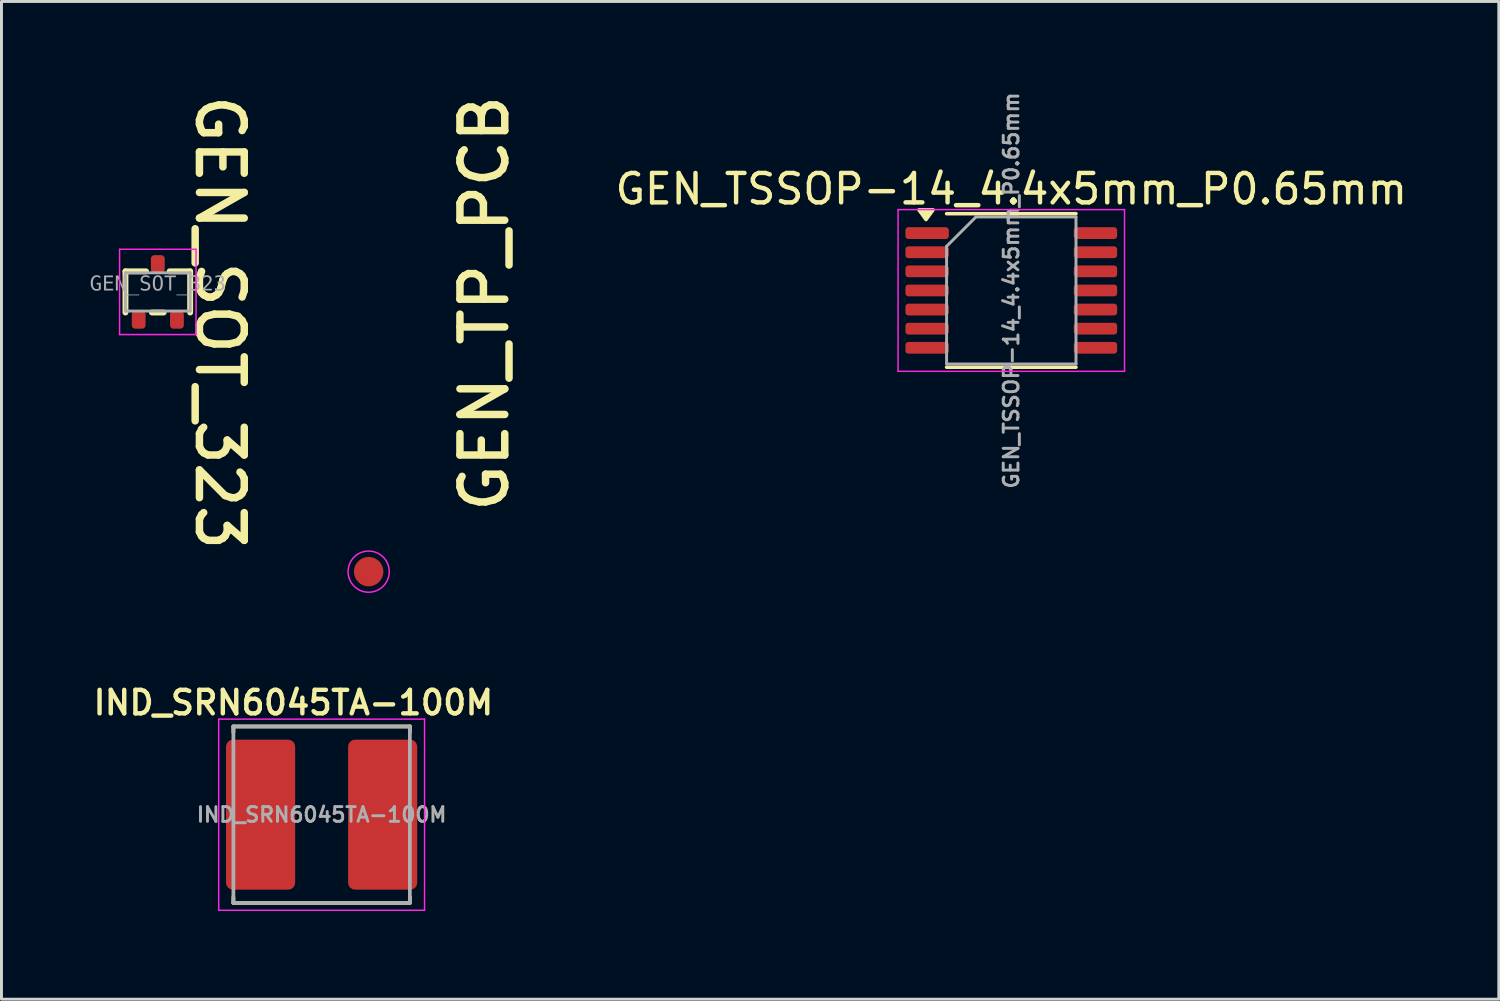
<source format=kicad_pcb>
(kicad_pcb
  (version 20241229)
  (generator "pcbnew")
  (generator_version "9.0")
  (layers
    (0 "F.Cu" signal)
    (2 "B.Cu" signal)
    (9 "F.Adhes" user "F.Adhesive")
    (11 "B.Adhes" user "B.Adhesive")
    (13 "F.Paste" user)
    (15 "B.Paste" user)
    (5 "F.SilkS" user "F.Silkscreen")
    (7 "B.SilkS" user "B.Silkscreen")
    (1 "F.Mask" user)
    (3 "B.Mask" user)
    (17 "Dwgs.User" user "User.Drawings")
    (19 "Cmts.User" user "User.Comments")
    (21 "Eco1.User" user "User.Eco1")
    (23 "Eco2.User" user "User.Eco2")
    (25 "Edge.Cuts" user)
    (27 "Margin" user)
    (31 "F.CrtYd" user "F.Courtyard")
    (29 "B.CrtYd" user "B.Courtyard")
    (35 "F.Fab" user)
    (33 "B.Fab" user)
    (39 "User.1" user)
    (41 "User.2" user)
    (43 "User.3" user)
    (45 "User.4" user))
  (footprint "GEN_SOT_323"
    (layer "F.Cu")
    (at 2.316 6.876)
    (property "Reference" "GEN_SOT_323" (at 2.107 1.045 270) (unlocked yes) (layer "F.SilkS") (effects (font (size 1.524 1.524) (thickness 0.254))))
    (fp_line (start -1.1 -0.7) (end -0.4 -0.7) (stroke (width 0.2) (type solid)) (layer "F.SilkS"))
    (fp_line (start -1.1 0.7) (end -1.1 -0.7) (stroke (width 0.2) (type solid)) (layer "F.SilkS"))
    (fp_line (start -0.2 0.7) (end 0.2 0.7) (stroke (width 0.2) (type solid)) (layer "F.SilkS"))
    (fp_line (start 0.4 -0.7) (end 1.1 -0.7) (stroke (width 0.2) (type solid)) (layer "F.SilkS"))
    (fp_line (start 1.1 0.7) (end 1.1 -0.7) (stroke (width 0.2) (type solid)) (layer "F.SilkS"))
    (fp_line (start -1.3 -1.45) (end 1.3 -1.45) (stroke (width 0.05) (type solid)) (layer "F.CrtYd"))
    (fp_line (start -1.3 1.45) (end -1.3 -1.45) (stroke (width 0.05) (type solid)) (layer "F.CrtYd"))
    (fp_line (start -1.3 1.45) (end 1.3 1.45) (stroke (width 0.05) (type solid)) (layer "F.CrtYd"))
    (fp_line (start 1.3 1.45) (end 1.3 -1.45) (stroke (width 0.05) (type solid)) (layer "F.CrtYd"))
    (fp_line (start -1.1 -0.65) (end 1.1 -0.65) (stroke (width 0.1) (type solid)) (layer "F.Fab"))
    (fp_line (start -1.1 0.65) (end -1.1 -0.65) (stroke (width 0.1) (type solid)) (layer "F.Fab"))
    (fp_line (start -1.1 0.65) (end 1.1 0.65) (stroke (width 0.1) (type solid)) (layer "F.Fab"))
    (fp_line (start 1.1 0.65) (end 1.1 -0.65) (stroke (width 0.1) (type solid)) (layer "F.Fab"))
    (fp_text user "${REFERENCE}" (at -0.000005 -0.256 0) (unlocked yes) (layer "F.Fab") (effects (font (face "Consolas") (size 0.5 0.5) (thickness 0.254))))
    (pad "1" smd roundrect (at 0 -0.95) (size 0.47 0.6) (layers "F.Cu" "F.Mask" "F.Paste") (roundrect_rratio 0.25))
    (pad "2" smd roundrect (at -0.65 0.95) (size 0.47 0.6) (layers "F.Cu" "F.Mask" "F.Paste") (roundrect_rratio 0.25))
    (pad "3" smd roundrect (at 0.65 0.95) (size 0.47 0.6) (layers "F.Cu" "F.Mask" "F.Paste") (roundrect_rratio 0.25)))
  (footprint "GEN_TSSOP-14_4.4x5mm_P0.65mm"
    (layer "F.Cu")
    (at 31.336 6.826)
    (property "Reference" "GEN_TSSOP-14_4.4x5mm_P0.65mm" (at 0 -3.45 0) (layer "F.SilkS") (effects (font (size 1 1) (thickness 0.15))))
    (attr smd)
    (fp_line (start 0 -2.61) (end -2.2 -2.61) (stroke (width 0.12) (type solid)) (layer "F.SilkS"))
    (fp_line (start 0 -2.61) (end 2.2 -2.61) (stroke (width 0.12) (type solid)) (layer "F.SilkS"))
    (fp_line (start 0 2.61) (end -2.2 2.61) (stroke (width 0.12) (type solid)) (layer "F.SilkS"))
    (fp_line (start 0 2.61) (end 2.2 2.61) (stroke (width 0.12) (type solid)) (layer "F.SilkS"))
    (fp_poly (pts (xy -2.9 -2.41) (xy -3.14 -2.74) (xy -2.66 -2.74) (xy -2.9 -2.41)) (stroke (width 0.12) (type solid)) (fill yes) (layer "F.SilkS"))
    (fp_line (start -3.85 -2.75) (end -3.85 2.75) (stroke (width 0.05) (type solid)) (layer "F.CrtYd"))
    (fp_line (start -3.85 2.75) (end 3.85 2.75) (stroke (width 0.05) (type solid)) (layer "F.CrtYd"))
    (fp_line (start 3.85 -2.75) (end -3.85 -2.75) (stroke (width 0.05) (type solid)) (layer "F.CrtYd"))
    (fp_line (start 3.85 2.75) (end 3.85 -2.75) (stroke (width 0.05) (type solid)) (layer "F.CrtYd"))
    (fp_line (start -2.2 -1.5) (end -1.2 -2.5) (stroke (width 0.1) (type solid)) (layer "F.Fab"))
    (fp_line (start -2.2 2.5) (end -2.2 -1.5) (stroke (width 0.1) (type solid)) (layer "F.Fab"))
    (fp_line (start -1.2 -2.5) (end 2.2 -2.5) (stroke (width 0.1) (type solid)) (layer "F.Fab"))
    (fp_line (start 2.2 -2.5) (end 2.2 2.5) (stroke (width 0.1) (type solid)) (layer "F.Fab"))
    (fp_line (start 2.2 2.5) (end -2.2 2.5) (stroke (width 0.1) (type solid)) (layer "F.Fab"))
    (fp_text user "${REFERENCE}" (at 0 0 90) (unlocked yes) (layer "F.Fab") (effects (font (size 0.5 0.5) (thickness 0.1) (bold yes))))
    (pad "1" smd roundrect (at -2.862 -1.95) (size 1.475 0.4) (layers "F.Cu" "F.Mask" "F.Paste") (roundrect_rratio 0.25))
    (pad "2" smd roundrect (at -2.862 -1.3) (size 1.475 0.4) (layers "F.Cu" "F.Mask" "F.Paste") (roundrect_rratio 0.25))
    (pad "3" smd roundrect (at -2.862 -0.65) (size 1.475 0.4) (layers "F.Cu" "F.Mask" "F.Paste") (roundrect_rratio 0.25))
    (pad "4" smd roundrect (at -2.862 0) (size 1.475 0.4) (layers "F.Cu" "F.Mask" "F.Paste") (roundrect_rratio 0.25))
    (pad "5" smd roundrect (at -2.862 0.65) (size 1.475 0.4) (layers "F.Cu" "F.Mask" "F.Paste") (roundrect_rratio 0.25))
    (pad "6" smd roundrect (at -2.862 1.3) (size 1.475 0.4) (layers "F.Cu" "F.Mask" "F.Paste") (roundrect_rratio 0.25))
    (pad "7" smd roundrect (at -2.862 1.95) (size 1.475 0.4) (layers "F.Cu" "F.Mask" "F.Paste") (roundrect_rratio 0.25))
    (pad "8" smd roundrect (at 2.862 1.95) (size 1.475 0.4) (layers "F.Cu" "F.Mask" "F.Paste") (roundrect_rratio 0.25))
    (pad "9" smd roundrect (at 2.862 1.3) (size 1.475 0.4) (layers "F.Cu" "F.Mask" "F.Paste") (roundrect_rratio 0.25))
    (pad "10" smd roundrect (at 2.862 0.65) (size 1.475 0.4) (layers "F.Cu" "F.Mask" "F.Paste") (roundrect_rratio 0.25))
    (pad "11" smd roundrect (at 2.862 0) (size 1.475 0.4) (layers "F.Cu" "F.Mask" "F.Paste") (roundrect_rratio 0.25))
    (pad "12" smd roundrect (at 2.862 -0.65) (size 1.475 0.4) (layers "F.Cu" "F.Mask" "F.Paste") (roundrect_rratio 0.25))
    (pad "13" smd roundrect (at 2.862 -1.3) (size 1.475 0.4) (layers "F.Cu" "F.Mask" "F.Paste") (roundrect_rratio 0.25))
    (pad "14" smd roundrect (at 2.862 -1.95) (size 1.475 0.4) (layers "F.Cu" "F.Mask" "F.Paste") (roundrect_rratio 0.25)))
  (footprint "IND_SRN6045TA-100M"
    (layer "F.Cu")
    (at 7.886 24.651)
    (property "Reference" "IND_SRN6045TA-100M" (at -0.96 -3.808 0) (layer "F.SilkS") (effects (font (size 0.8 0.8) (thickness 0.15))))
    (attr smd)
    (fp_line (start -3 -3) (end 3 -3) (stroke (width 0.127) (type solid)) (layer "F.SilkS"))
    (fp_line (start -3 -2.8) (end -3 -3) (stroke (width 0.127) (type solid)) (layer "F.SilkS"))
    (fp_line (start -3 2.8) (end -3 3) (stroke (width 0.127) (type solid)) (layer "F.SilkS"))
    (fp_line (start -3 3) (end 3 3) (stroke (width 0.127) (type solid)) (layer "F.SilkS"))
    (fp_line (start 3 -3) (end 3 -2.8) (stroke (width 0.127) (type solid)) (layer "F.SilkS"))
    (fp_line (start 3 3) (end 3 2.8) (stroke (width 0.127) (type solid)) (layer "F.SilkS"))
    (fp_line (start -3.5 -3.25) (end 3.5 -3.25) (stroke (width 0.05) (type solid)) (layer "F.CrtYd"))
    (fp_line (start -3.5 3.25) (end -3.5 -3.25) (stroke (width 0.05) (type solid)) (layer "F.CrtYd"))
    (fp_line (start 3.5 -3.25) (end 3.5 3.25) (stroke (width 0.05) (type solid)) (layer "F.CrtYd"))
    (fp_line (start 3.5 3.25) (end -3.5 3.25) (stroke (width 0.05) (type solid)) (layer "F.CrtYd"))
    (fp_line (start -3 -3) (end 3 -3) (stroke (width 0.127) (type solid)) (layer "F.Fab"))
    (fp_line (start -3 3) (end -3 -3) (stroke (width 0.127) (type solid)) (layer "F.Fab"))
    (fp_line (start 3 -3) (end 3 3) (stroke (width 0.127) (type solid)) (layer "F.Fab"))
    (fp_line (start 3 3) (end -3 3) (stroke (width 0.127) (type solid)) (layer "F.Fab"))
    (fp_text user "${REFERENCE}" (at 0 0 0) (unlocked yes) (layer "F.Fab") (effects (font (size 0.5 0.5) (thickness 0.1) (bold yes))))
    (pad "1" smd roundrect (at -2.075 0) (size 2.35 5.1) (layers "F.Cu" "F.Mask" "F.Paste") (roundrect_rratio 0.1))
    (pad "2" smd roundrect (at 2.075 0) (size 2.35 5.1) (layers "F.Cu" "F.Mask" "F.Paste") (roundrect_rratio 0.1)))
  (footprint "GEN_TP_PCB"
    (layer "F.Cu")
    (at 9.485 16.387)
    (property "Reference" "GEN_TP_PCB" (at 3.936 -9.119 90) (unlocked yes) (layer "F.SilkS") (effects (font (size 1.524 1.524) (thickness 0.254))))
    (attr exclude_from_pos_files exclude_from_bom)
    (fp_circle (center 0 0) (end -0.7 0) (stroke (width 0.05) (type solid)) (fill no) (layer "F.CrtYd"))
    (pad "1" smd circle (at 0 0) (size 1 1) (property pad_prop_testpoint) (layers "F.Cu" "F.Mask")))
  (gr_rect
    (start -3 -3)
    (end 47.913 30.926)
    (stroke (width 0.1) (type default))
    (fill no)
    (layer "Edge.Cuts")))
</source>
